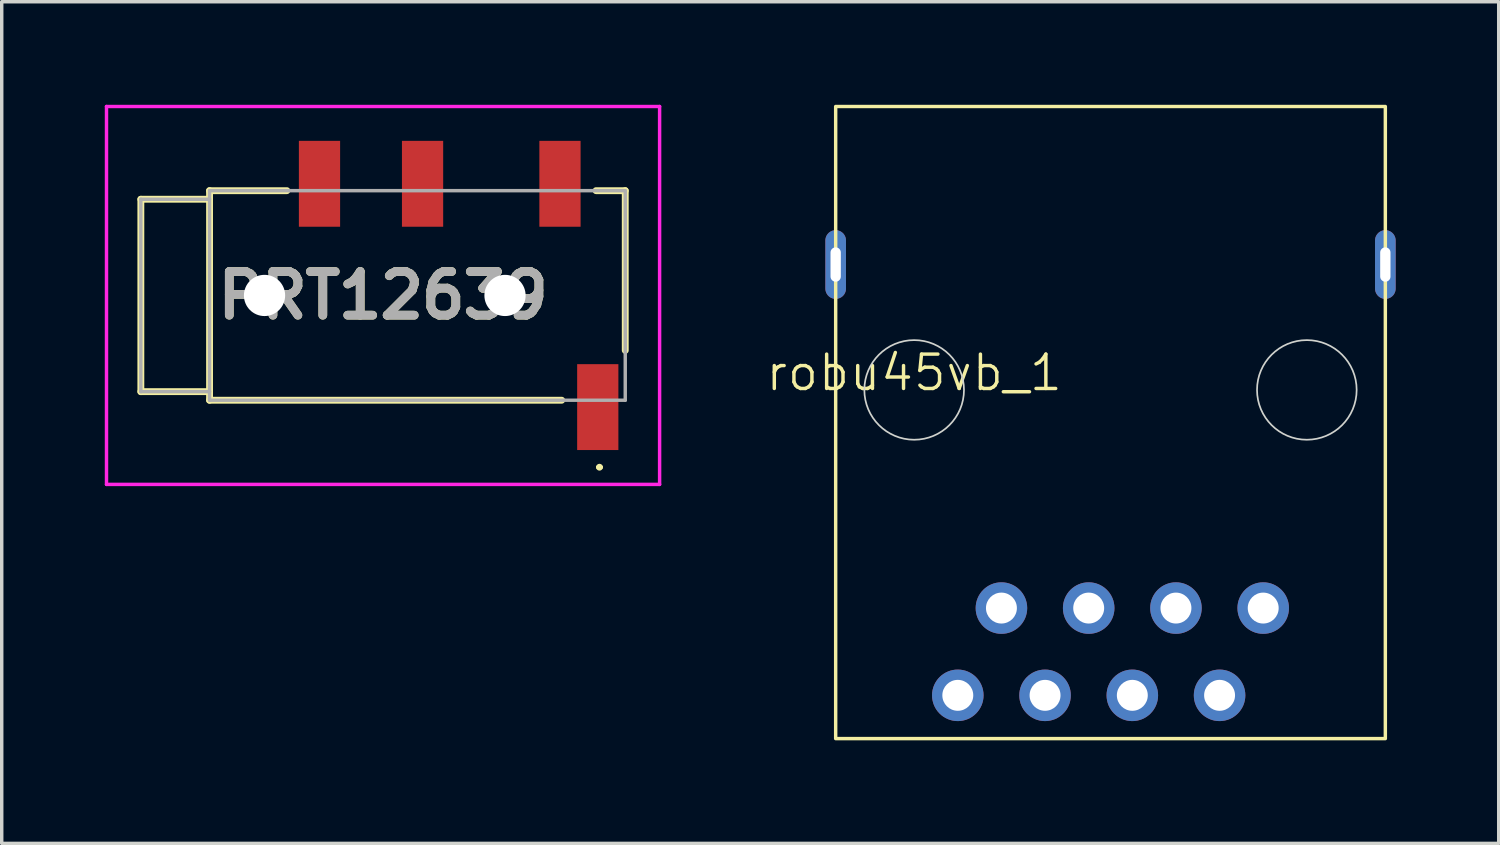
<source format=kicad_pcb>
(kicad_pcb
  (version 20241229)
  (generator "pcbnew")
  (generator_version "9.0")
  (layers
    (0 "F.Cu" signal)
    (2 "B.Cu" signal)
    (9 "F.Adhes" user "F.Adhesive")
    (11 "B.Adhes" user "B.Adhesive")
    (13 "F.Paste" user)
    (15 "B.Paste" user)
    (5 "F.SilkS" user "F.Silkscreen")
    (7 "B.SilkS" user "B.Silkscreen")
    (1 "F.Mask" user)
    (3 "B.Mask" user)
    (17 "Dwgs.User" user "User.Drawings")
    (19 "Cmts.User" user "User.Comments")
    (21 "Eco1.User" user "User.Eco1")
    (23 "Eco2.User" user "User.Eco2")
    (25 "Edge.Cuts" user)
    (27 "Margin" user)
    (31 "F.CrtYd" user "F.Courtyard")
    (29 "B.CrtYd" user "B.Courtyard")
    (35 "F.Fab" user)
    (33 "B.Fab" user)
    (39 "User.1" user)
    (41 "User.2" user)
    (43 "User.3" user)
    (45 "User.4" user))
  (footprint "robu45vb_1"
    (layer "F.Cu")
    (at 23.56 8.3)
    (property "Reference" "robu45vb_1" (at 0 -0.5 0) (unlocked yes) (layer "F.SilkS") (effects (font (size 1 1) (thickness 0.1))))
    (attr through_hole)
    (fp_rect (start 13.715 10.15) (end -2.285 -8.25) (stroke (width 0.1) (type default)) (fill no) (layer "F.SilkS"))
    (fp_circle (center 0 0) (end 1.45 0) (stroke (width 0.05) (type default)) (fill no) (layer "Edge.Cuts"))
    (fp_circle (center 11.43 0) (end 12.88 0) (stroke (width 0.05) (type default)) (fill no) (layer "Edge.Cuts"))
    (pad "1" thru_hole circle (at 6.35 8.89) (size 1.5 1.5) (drill 0.9) (layers "*.Cu" "*.Mask"))
    (pad "2" thru_hole circle (at 5.08 6.35) (size 1.5 1.5) (drill 0.9) (layers "*.Cu" "*.Mask"))
    (pad "3" thru_hole circle (at 7.62 6.35) (size 1.5 1.5) (drill 0.9) (layers "*.Cu" "*.Mask"))
    (pad "4" thru_hole circle (at 10.16 6.35) (size 1.5 1.5) (drill 0.9) (layers "*.Cu" "*.Mask"))
    (pad "6" thru_hole circle (at 2.54 6.35) (size 1.5 1.5) (drill 0.9) (layers "*.Cu" "*.Mask"))
    (pad "8" thru_hole circle (at 8.89 8.89) (size 1.5 1.5) (drill 0.9) (layers "*.Cu" "*.Mask"))
    (pad "10" thru_hole oval (at 13.715 -3.65) (size 0.6 2) (drill oval 0.3 1) (layers "*.Cu" "*.Mask"))
    (pad "11" thru_hole circle (at 3.81 8.89) (size 1.5 1.5) (drill 0.9) (layers "*.Cu" "*.Mask"))
    (pad "12" thru_hole circle (at 1.27 8.89) (size 1.5 1.5) (drill 0.9) (layers "*.Cu" "*.Mask"))
    (pad "14" thru_hole oval (at -2.285 -3.65) (size 0.6 2) (drill oval 0.3 1) (layers "*.Cu" "*.Mask")))
  (footprint "PRT12639"
    (layer "F.Cu")
    (at 8.1 5.55)
    (property "Reference" "PRT12639" (at 0 0 0) (layer "F.SilkS") (effects (font (size 1.27 1.27) (thickness 0.254))))
    (attr through_hole)
    (fp_line (start -7.05 -2.8) (end -7.05 2.8) (stroke (width 0.2) (type solid)) (layer "F.SilkS"))
    (fp_line (start -7.05 2.8) (end -5.05 2.8) (stroke (width 0.2) (type solid)) (layer "F.SilkS"))
    (fp_line (start -5.05 -3.05) (end -2.8 -3.05) (stroke (width 0.2) (type solid)) (layer "F.SilkS"))
    (fp_line (start -5.05 -2.8) (end -7.05 -2.8) (stroke (width 0.2) (type solid)) (layer "F.SilkS"))
    (fp_line (start -5.05 3.05) (end -5.05 -3.05) (stroke (width 0.2) (type solid)) (layer "F.SilkS"))
    (fp_line (start 5.2 3.05) (end -5.05 3.05) (stroke (width 0.2) (type solid)) (layer "F.SilkS"))
    (fp_line (start 6.25 5) (end 6.25 5) (stroke (width 0.1) (type solid)) (layer "F.SilkS"))
    (fp_line (start 6.35 5) (end 6.35 5) (stroke (width 0.1) (type solid)) (layer "F.SilkS"))
    (fp_line (start 7.05 -3.05) (end 6.2 -3.05) (stroke (width 0.2) (type solid)) (layer "F.SilkS"))
    (fp_line (start 7.05 1.6) (end 7.05 -3.05) (stroke (width 0.2) (type solid)) (layer "F.SilkS"))
    (fp_arc (start 6.25 5) (mid 6.3 4.95) (end 6.35 5) (stroke (width 0.1) (type solid)) (layer "F.SilkS"))
    (fp_arc (start 6.35 5) (mid 6.3 5.05) (end 6.25 5) (stroke (width 0.1) (type solid)) (layer "F.SilkS"))
    (fp_line (start -8.05 -5.5) (end 8.05 -5.5) (stroke (width 0.1) (type solid)) (layer "F.CrtYd"))
    (fp_line (start -8.05 5.5) (end -8.05 -5.5) (stroke (width 0.1) (type solid)) (layer "F.CrtYd"))
    (fp_line (start 8.05 -5.5) (end 8.05 5.5) (stroke (width 0.1) (type solid)) (layer "F.CrtYd"))
    (fp_line (start 8.05 5.5) (end -8.05 5.5) (stroke (width 0.1) (type solid)) (layer "F.CrtYd"))
    (fp_line (start -7.05 -2.8) (end -7.05 2.8) (stroke (width 0.1) (type solid)) (layer "F.Fab"))
    (fp_line (start -7.05 2.8) (end -5.05 2.8) (stroke (width 0.1) (type solid)) (layer "F.Fab"))
    (fp_line (start -5.05 -3.05) (end 7.05 -3.05) (stroke (width 0.1) (type solid)) (layer "F.Fab"))
    (fp_line (start -5.05 -2.8) (end -7.05 -2.8) (stroke (width 0.1) (type solid)) (layer "F.Fab"))
    (fp_line (start -5.05 3.05) (end -5.05 -3.05) (stroke (width 0.1) (type solid)) (layer "F.Fab"))
    (fp_line (start 7.05 -3.05) (end 7.05 3.05) (stroke (width 0.1) (type solid)) (layer "F.Fab"))
    (fp_line (start 7.05 3.05) (end -5.05 3.05) (stroke (width 0.1) (type solid)) (layer "F.Fab"))
    (fp_text user "${REFERENCE}" (at 0 0 0) (layer "F.Fab") (effects (font (size 1.27 1.27) (thickness 0.254))))
    (pad "" np_thru_hole circle (at -3.45 0) (size 1.2 1.2) (drill 1.2) (layers "*.Cu" "*.Mask"))
    (pad "" np_thru_hole circle (at 3.55 0) (size 1.2 1.2) (drill 1.2) (layers "*.Cu" "*.Mask"))
    (pad "1" smd rect (at 6.25 3.25) (size 1.2 2.5) (layers "F.Cu" "F.Mask" "F.Paste"))
    (pad "2" smd rect (at 5.15 -3.25) (size 1.2 2.5) (layers "F.Cu" "F.Mask" "F.Paste"))
    (pad "3" smd rect (at 1.15 -3.25) (size 1.2 2.5) (layers "F.Cu" "F.Mask" "F.Paste"))
    (pad "4" smd rect (at -1.85 -3.25) (size 1.2 2.5) (layers "F.Cu" "F.Mask" "F.Paste")))
  (gr_rect
    (start -3 -3)
    (end 40.575 21.5)
    (stroke (width 0.1) (type default))
    (fill no)
    (layer "Edge.Cuts")))
</source>
